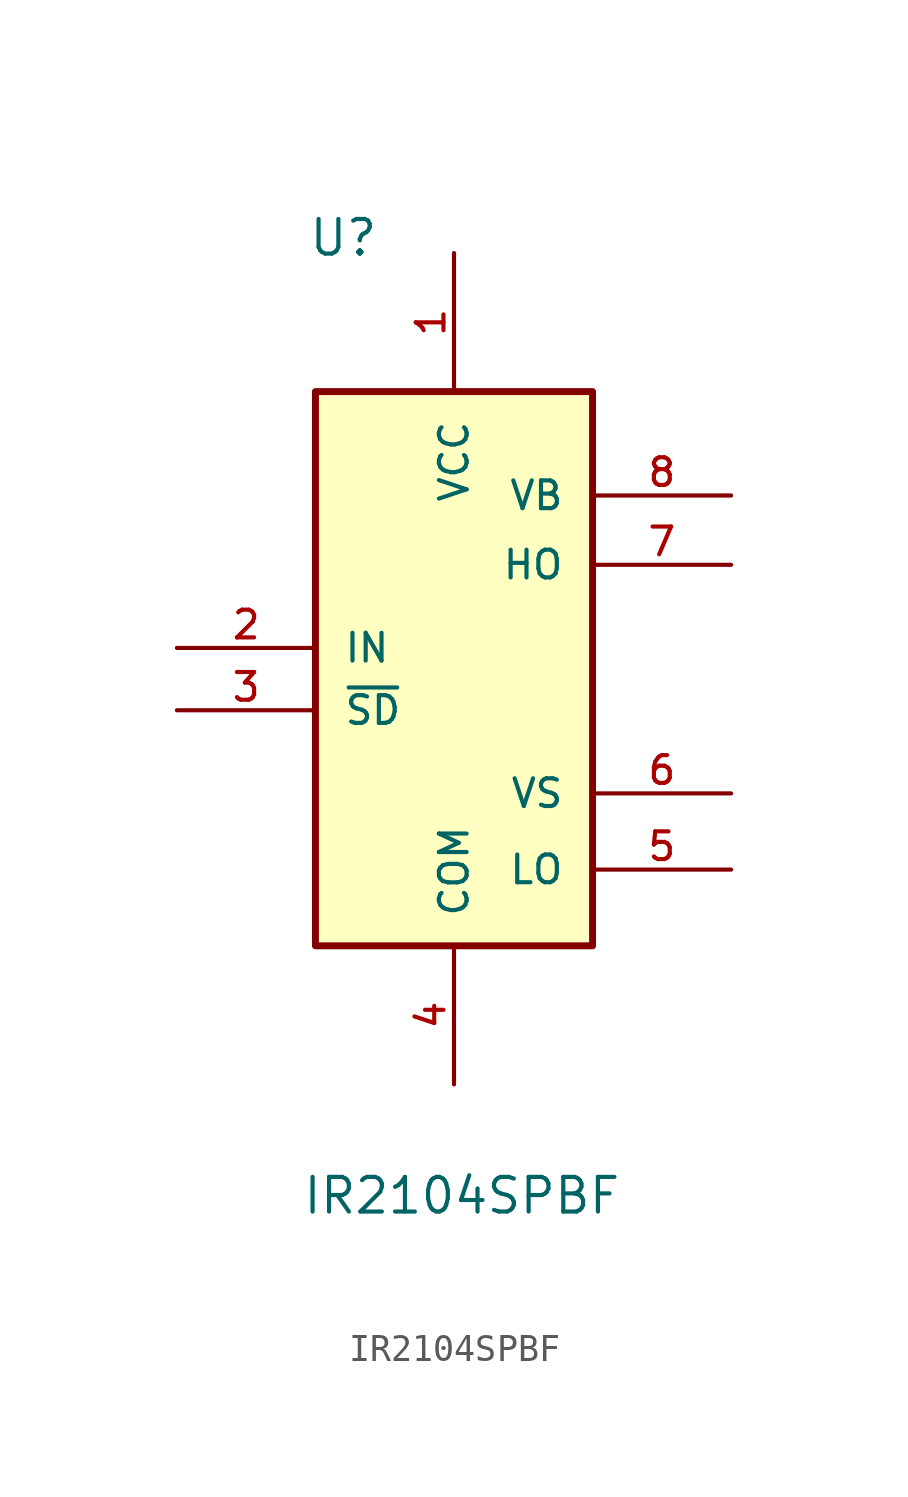
<source format=kicad_sym>
(kicad_symbol_lib
  (version 20220914)
  (generator kicad_symbol_editor)
  (symbol "IR2104SPBF"
    (pin_names
      (offset 1.016))
    (property "Reference" "U"
      (at -5.368 12.516 0)
      (effects (font (size 1.27 1.27)) (justify left bottom)))
    (property "Value" "IR2104SPBF"
      (at -5.588 -22.606 0)
      (effects (font (size 1.27 1.27)) (justify left bottom)))
    (symbol "IR2104SPBF_0_1"
      (rectangle (start -5.08 7.62) (end 5.08 -12.7) (stroke (width 0.254) (type default)) (fill (type background))))
    (symbol "IR2104SPBF_1_0"
      (pin power_in line (at 0 12.7 270) (length 5.08) (name "VCC" (effects (font (size 1.016 1.016)))) (number "1" (effects (font (size 1.016 1.016)))))
      (pin input line (at -10.16 -1.778 0) (length 5.08) (name "IN" (effects (font (size 1.016 1.016)))) (number "2" (effects (font (size 1.016 1.016)))))
      (pin input line (at -10.16 -4.064 0) (length 5.08) (name "~{SD}" (effects (font (size 1.016 1.016)))) (number "3" (effects (font (size 1.016 1.016)))))
      (pin power_in line (at 0 -17.78 90) (length 5.08) (name "COM" (effects (font (size 1.016 1.016)))) (number "4" (effects (font (size 1.016 1.016)))))
      (pin output line (at 10.16 -9.906 180) (length 5.08) (name "LO" (effects (font (size 1.016 1.016)))) (number "5" (effects (font (size 1.016 1.016)))))
      (pin passive line (at 10.16 -7.112 180) (length 5.08) (name "VS" (effects (font (size 1.016 1.016)))) (number "6" (effects (font (size 1.016 1.016)))))
      (pin output line (at 10.16 1.27 180) (length 5.08) (name "HO" (effects (font (size 1.016 1.016)))) (number "7" (effects (font (size 1.016 1.016)))))
      (pin passive line (at 10.16 3.81 180) (length 5.08) (name "VB" (effects (font (size 1.016 1.016)))) (number "8" (effects (font (size 1.016 1.016))))))))
</source>
